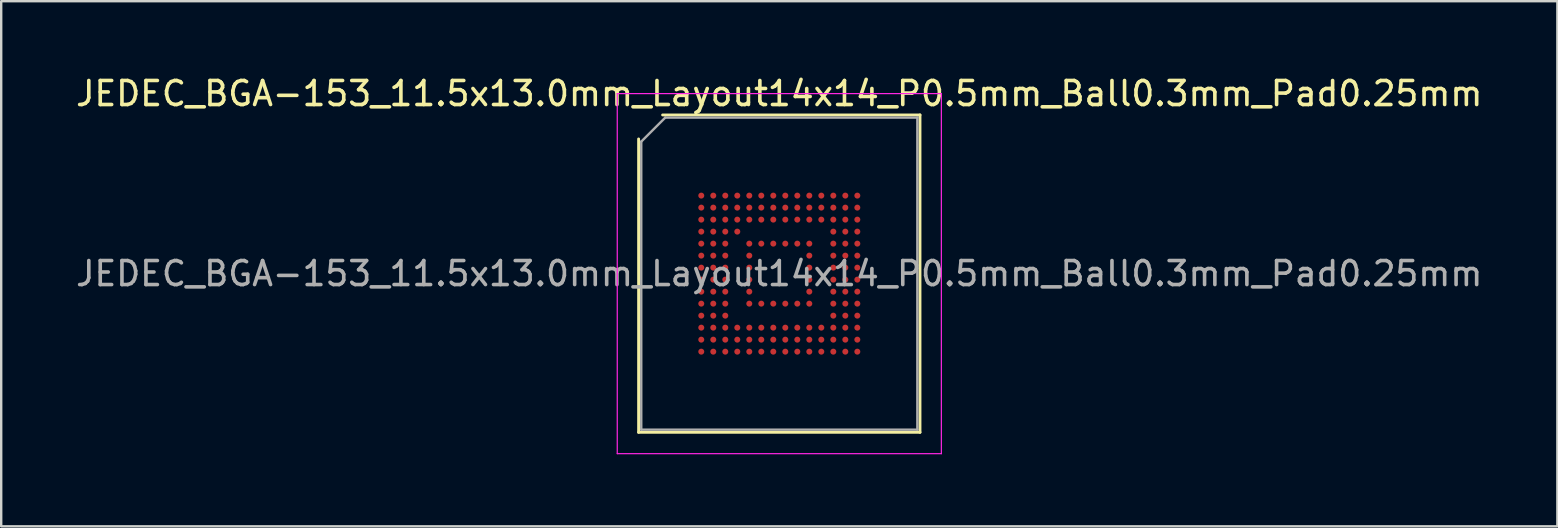
<source format=kicad_pcb>
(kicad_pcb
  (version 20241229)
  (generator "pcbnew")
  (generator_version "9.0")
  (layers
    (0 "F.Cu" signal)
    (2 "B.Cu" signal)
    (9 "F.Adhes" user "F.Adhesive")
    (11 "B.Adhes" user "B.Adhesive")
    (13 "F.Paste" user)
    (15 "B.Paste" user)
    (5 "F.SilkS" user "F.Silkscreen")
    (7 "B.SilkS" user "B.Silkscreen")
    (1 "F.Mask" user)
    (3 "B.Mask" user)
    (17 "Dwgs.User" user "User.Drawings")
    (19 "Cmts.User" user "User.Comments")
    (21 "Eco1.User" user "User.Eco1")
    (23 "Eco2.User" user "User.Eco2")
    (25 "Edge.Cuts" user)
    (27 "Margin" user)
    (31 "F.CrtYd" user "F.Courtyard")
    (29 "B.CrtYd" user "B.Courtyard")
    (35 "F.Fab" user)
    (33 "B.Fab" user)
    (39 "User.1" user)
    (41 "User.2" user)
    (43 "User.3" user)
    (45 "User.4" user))
  (footprint "JEDEC_BGA-153_11.5x13.0mm_Layout14x14_P0.5mm_Ball0.3mm_Pad0.25mm"
    (layer "F.Cu")
    (at 29.411 8.348)
    (property "Reference" "JEDEC_BGA-153_11.5x13.0mm_Layout14x14_P0.5mm_Ball0.3mm_Pad0.25mm" (at 0 -7.5 0) (layer "F.SilkS") (effects (font (size 1 1) (thickness 0.15))))
    (attr smd)
    (fp_line (start -5.86 6.61) (end -5.86 -5.61) (stroke (width 0.12) (type solid)) (layer "F.SilkS"))
    (fp_line (start -4.86 -6.61) (end 5.86 -6.61) (stroke (width 0.12) (type solid)) (layer "F.SilkS"))
    (fp_line (start 5.86 -6.61) (end 5.86 6.61) (stroke (width 0.12) (type solid)) (layer "F.SilkS"))
    (fp_line (start 5.86 6.61) (end -5.86 6.61) (stroke (width 0.12) (type solid)) (layer "F.SilkS"))
    (fp_line (start -6.75 -7.5) (end -6.75 7.5) (stroke (width 0.05) (type solid)) (layer "F.CrtYd"))
    (fp_line (start -6.75 7.5) (end 6.75 7.5) (stroke (width 0.05) (type solid)) (layer "F.CrtYd"))
    (fp_line (start 6.75 -7.5) (end -6.75 -7.5) (stroke (width 0.05) (type solid)) (layer "F.CrtYd"))
    (fp_line (start 6.75 7.5) (end 6.75 -7.5) (stroke (width 0.05) (type solid)) (layer "F.CrtYd"))
    (fp_line (start -5.75 -5.5) (end -4.75 -6.5) (stroke (width 0.1) (type solid)) (layer "F.Fab"))
    (fp_line (start -5.75 6.5) (end -5.75 -5.5) (stroke (width 0.1) (type solid)) (layer "F.Fab"))
    (fp_line (start -4.75 -6.5) (end 5.75 -6.5) (stroke (width 0.1) (type solid)) (layer "F.Fab"))
    (fp_line (start 5.75 -6.5) (end 5.75 6.5) (stroke (width 0.1) (type solid)) (layer "F.Fab"))
    (fp_line (start 5.75 6.5) (end -5.75 6.5) (stroke (width 0.1) (type solid)) (layer "F.Fab"))
    (fp_text user "${REFERENCE}" (at 0 0 0) (layer "F.Fab") (effects (font (size 1 1) (thickness 0.15))))
    (pad "A1" smd circle (at -3.25 -3.25) (size 0.25 0.25) (layers "F.Cu" "F.Mask" "F.Paste"))
    (pad "A2" smd circle (at -2.75 -3.25) (size 0.25 0.25) (layers "F.Cu" "F.Mask" "F.Paste"))
    (pad "A3" smd circle (at -2.25 -3.25) (size 0.25 0.25) (layers "F.Cu" "F.Mask" "F.Paste"))
    (pad "A4" smd circle (at -1.75 -3.25) (size 0.25 0.25) (layers "F.Cu" "F.Mask" "F.Paste"))
    (pad "A5" smd circle (at -1.25 -3.25) (size 0.25 0.25) (layers "F.Cu" "F.Mask" "F.Paste"))
    (pad "A6" smd circle (at -0.75 -3.25) (size 0.25 0.25) (layers "F.Cu" "F.Mask" "F.Paste"))
    (pad "A7" smd circle (at -0.25 -3.25) (size 0.25 0.25) (layers "F.Cu" "F.Mask" "F.Paste"))
    (pad "A8" smd circle (at 0.25 -3.25) (size 0.25 0.25) (layers "F.Cu" "F.Mask" "F.Paste"))
    (pad "A9" smd circle (at 0.75 -3.25) (size 0.25 0.25) (layers "F.Cu" "F.Mask" "F.Paste"))
    (pad "A10" smd circle (at 1.25 -3.25) (size 0.25 0.25) (layers "F.Cu" "F.Mask" "F.Paste"))
    (pad "A11" smd circle (at 1.75 -3.25) (size 0.25 0.25) (layers "F.Cu" "F.Mask" "F.Paste"))
    (pad "A12" smd circle (at 2.25 -3.25) (size 0.25 0.25) (layers "F.Cu" "F.Mask" "F.Paste"))
    (pad "A13" smd circle (at 2.75 -3.25) (size 0.25 0.25) (layers "F.Cu" "F.Mask" "F.Paste"))
    (pad "A14" smd circle (at 3.25 -3.25) (size 0.25 0.25) (layers "F.Cu" "F.Mask" "F.Paste"))
    (pad "B1" smd circle (at -3.25 -2.75) (size 0.25 0.25) (layers "F.Cu" "F.Mask" "F.Paste"))
    (pad "B2" smd circle (at -2.75 -2.75) (size 0.25 0.25) (layers "F.Cu" "F.Mask" "F.Paste"))
    (pad "B3" smd circle (at -2.25 -2.75) (size 0.25 0.25) (layers "F.Cu" "F.Mask" "F.Paste"))
    (pad "B4" smd circle (at -1.75 -2.75) (size 0.25 0.25) (layers "F.Cu" "F.Mask" "F.Paste"))
    (pad "B5" smd circle (at -1.25 -2.75) (size 0.25 0.25) (layers "F.Cu" "F.Mask" "F.Paste"))
    (pad "B6" smd circle (at -0.75 -2.75) (size 0.25 0.25) (layers "F.Cu" "F.Mask" "F.Paste"))
    (pad "B7" smd circle (at -0.25 -2.75) (size 0.25 0.25) (layers "F.Cu" "F.Mask" "F.Paste"))
    (pad "B8" smd circle (at 0.25 -2.75) (size 0.25 0.25) (layers "F.Cu" "F.Mask" "F.Paste"))
    (pad "B9" smd circle (at 0.75 -2.75) (size 0.25 0.25) (layers "F.Cu" "F.Mask" "F.Paste"))
    (pad "B10" smd circle (at 1.25 -2.75) (size 0.25 0.25) (layers "F.Cu" "F.Mask" "F.Paste"))
    (pad "B11" smd circle (at 1.75 -2.75) (size 0.25 0.25) (layers "F.Cu" "F.Mask" "F.Paste"))
    (pad "B12" smd circle (at 2.25 -2.75) (size 0.25 0.25) (layers "F.Cu" "F.Mask" "F.Paste"))
    (pad "B13" smd circle (at 2.75 -2.75) (size 0.25 0.25) (layers "F.Cu" "F.Mask" "F.Paste"))
    (pad "B14" smd circle (at 3.25 -2.75) (size 0.25 0.25) (layers "F.Cu" "F.Mask" "F.Paste"))
    (pad "C1" smd circle (at -3.25 -2.25) (size 0.25 0.25) (layers "F.Cu" "F.Mask" "F.Paste"))
    (pad "C2" smd circle (at -2.75 -2.25) (size 0.25 0.25) (layers "F.Cu" "F.Mask" "F.Paste"))
    (pad "C3" smd circle (at -2.25 -2.25) (size 0.25 0.25) (layers "F.Cu" "F.Mask" "F.Paste"))
    (pad "C4" smd circle (at -1.75 -2.25) (size 0.25 0.25) (layers "F.Cu" "F.Mask" "F.Paste"))
    (pad "C5" smd circle (at -1.25 -2.25) (size 0.25 0.25) (layers "F.Cu" "F.Mask" "F.Paste"))
    (pad "C6" smd circle (at -0.75 -2.25) (size 0.25 0.25) (layers "F.Cu" "F.Mask" "F.Paste"))
    (pad "C7" smd circle (at -0.25 -2.25) (size 0.25 0.25) (layers "F.Cu" "F.Mask" "F.Paste"))
    (pad "C8" smd circle (at 0.25 -2.25) (size 0.25 0.25) (layers "F.Cu" "F.Mask" "F.Paste"))
    (pad "C9" smd circle (at 0.75 -2.25) (size 0.25 0.25) (layers "F.Cu" "F.Mask" "F.Paste"))
    (pad "C10" smd circle (at 1.25 -2.25) (size 0.25 0.25) (layers "F.Cu" "F.Mask" "F.Paste"))
    (pad "C11" smd circle (at 1.75 -2.25) (size 0.25 0.25) (layers "F.Cu" "F.Mask" "F.Paste"))
    (pad "C12" smd circle (at 2.25 -2.25) (size 0.25 0.25) (layers "F.Cu" "F.Mask" "F.Paste"))
    (pad "C13" smd circle (at 2.75 -2.25) (size 0.25 0.25) (layers "F.Cu" "F.Mask" "F.Paste"))
    (pad "C14" smd circle (at 3.25 -2.25) (size 0.25 0.25) (layers "F.Cu" "F.Mask" "F.Paste"))
    (pad "D1" smd circle (at -3.25 -1.75) (size 0.25 0.25) (layers "F.Cu" "F.Mask" "F.Paste"))
    (pad "D2" smd circle (at -2.75 -1.75) (size 0.25 0.25) (layers "F.Cu" "F.Mask" "F.Paste"))
    (pad "D3" smd circle (at -2.25 -1.75) (size 0.25 0.25) (layers "F.Cu" "F.Mask" "F.Paste"))
    (pad "D4" smd circle (at -1.75 -1.75) (size 0.25 0.25) (layers "F.Cu" "F.Mask" "F.Paste"))
    (pad "D12" smd circle (at 2.25 -1.75) (size 0.25 0.25) (layers "F.Cu" "F.Mask" "F.Paste"))
    (pad "D13" smd circle (at 2.75 -1.75) (size 0.25 0.25) (layers "F.Cu" "F.Mask" "F.Paste"))
    (pad "D14" smd circle (at 3.25 -1.75) (size 0.25 0.25) (layers "F.Cu" "F.Mask" "F.Paste"))
    (pad "E1" smd circle (at -3.25 -1.25) (size 0.25 0.25) (layers "F.Cu" "F.Mask" "F.Paste"))
    (pad "E2" smd circle (at -2.75 -1.25) (size 0.25 0.25) (layers "F.Cu" "F.Mask" "F.Paste"))
    (pad "E3" smd circle (at -2.25 -1.25) (size 0.25 0.25) (layers "F.Cu" "F.Mask" "F.Paste"))
    (pad "E5" smd circle (at -1.25 -1.25) (size 0.25 0.25) (layers "F.Cu" "F.Mask" "F.Paste"))
    (pad "E6" smd circle (at -0.75 -1.25) (size 0.25 0.25) (layers "F.Cu" "F.Mask" "F.Paste"))
    (pad "E7" smd circle (at -0.25 -1.25) (size 0.25 0.25) (layers "F.Cu" "F.Mask" "F.Paste"))
    (pad "E8" smd circle (at 0.25 -1.25) (size 0.25 0.25) (layers "F.Cu" "F.Mask" "F.Paste"))
    (pad "E9" smd circle (at 0.75 -1.25) (size 0.25 0.25) (layers "F.Cu" "F.Mask" "F.Paste"))
    (pad "E10" smd circle (at 1.25 -1.25) (size 0.25 0.25) (layers "F.Cu" "F.Mask" "F.Paste"))
    (pad "E12" smd circle (at 2.25 -1.25) (size 0.25 0.25) (layers "F.Cu" "F.Mask" "F.Paste"))
    (pad "E13" smd circle (at 2.75 -1.25) (size 0.25 0.25) (layers "F.Cu" "F.Mask" "F.Paste"))
    (pad "E14" smd circle (at 3.25 -1.25) (size 0.25 0.25) (layers "F.Cu" "F.Mask" "F.Paste"))
    (pad "F1" smd circle (at -3.25 -0.75) (size 0.25 0.25) (layers "F.Cu" "F.Mask" "F.Paste"))
    (pad "F2" smd circle (at -2.75 -0.75) (size 0.25 0.25) (layers "F.Cu" "F.Mask" "F.Paste"))
    (pad "F3" smd circle (at -2.25 -0.75) (size 0.25 0.25) (layers "F.Cu" "F.Mask" "F.Paste"))
    (pad "F5" smd circle (at -1.25 -0.75) (size 0.25 0.25) (layers "F.Cu" "F.Mask" "F.Paste"))
    (pad "F10" smd circle (at 1.25 -0.75) (size 0.25 0.25) (layers "F.Cu" "F.Mask" "F.Paste"))
    (pad "F12" smd circle (at 2.25 -0.75) (size 0.25 0.25) (layers "F.Cu" "F.Mask" "F.Paste"))
    (pad "F13" smd circle (at 2.75 -0.75) (size 0.25 0.25) (layers "F.Cu" "F.Mask" "F.Paste"))
    (pad "F14" smd circle (at 3.25 -0.75) (size 0.25 0.25) (layers "F.Cu" "F.Mask" "F.Paste"))
    (pad "G1" smd circle (at -3.25 -0.25) (size 0.25 0.25) (layers "F.Cu" "F.Mask" "F.Paste"))
    (pad "G2" smd circle (at -2.75 -0.25) (size 0.25 0.25) (layers "F.Cu" "F.Mask" "F.Paste"))
    (pad "G3" smd circle (at -2.25 -0.25) (size 0.25 0.25) (layers "F.Cu" "F.Mask" "F.Paste"))
    (pad "G5" smd circle (at -1.25 -0.25) (size 0.25 0.25) (layers "F.Cu" "F.Mask" "F.Paste"))
    (pad "G10" smd circle (at 1.25 -0.25) (size 0.25 0.25) (layers "F.Cu" "F.Mask" "F.Paste"))
    (pad "G12" smd circle (at 2.25 -0.25) (size 0.25 0.25) (layers "F.Cu" "F.Mask" "F.Paste"))
    (pad "G13" smd circle (at 2.75 -0.25) (size 0.25 0.25) (layers "F.Cu" "F.Mask" "F.Paste"))
    (pad "G14" smd circle (at 3.25 -0.25) (size 0.25 0.25) (layers "F.Cu" "F.Mask" "F.Paste"))
    (pad "H1" smd circle (at -3.25 0.25) (size 0.25 0.25) (layers "F.Cu" "F.Mask" "F.Paste"))
    (pad "H2" smd circle (at -2.75 0.25) (size 0.25 0.25) (layers "F.Cu" "F.Mask" "F.Paste"))
    (pad "H3" smd circle (at -2.25 0.25) (size 0.25 0.25) (layers "F.Cu" "F.Mask" "F.Paste"))
    (pad "H5" smd circle (at -1.25 0.25) (size 0.25 0.25) (layers "F.Cu" "F.Mask" "F.Paste"))
    (pad "H10" smd circle (at 1.25 0.25) (size 0.25 0.25) (layers "F.Cu" "F.Mask" "F.Paste"))
    (pad "H12" smd circle (at 2.25 0.25) (size 0.25 0.25) (layers "F.Cu" "F.Mask" "F.Paste"))
    (pad "H13" smd circle (at 2.75 0.25) (size 0.25 0.25) (layers "F.Cu" "F.Mask" "F.Paste"))
    (pad "H14" smd circle (at 3.25 0.25) (size 0.25 0.25) (layers "F.Cu" "F.Mask" "F.Paste"))
    (pad "J1" smd circle (at -3.25 0.75) (size 0.25 0.25) (layers "F.Cu" "F.Mask" "F.Paste"))
    (pad "J2" smd circle (at -2.75 0.75) (size 0.25 0.25) (layers "F.Cu" "F.Mask" "F.Paste"))
    (pad "J3" smd circle (at -2.25 0.75) (size 0.25 0.25) (layers "F.Cu" "F.Mask" "F.Paste"))
    (pad "J5" smd circle (at -1.25 0.75) (size 0.25 0.25) (layers "F.Cu" "F.Mask" "F.Paste"))
    (pad "J10" smd circle (at 1.25 0.75) (size 0.25 0.25) (layers "F.Cu" "F.Mask" "F.Paste"))
    (pad "J12" smd circle (at 2.25 0.75) (size 0.25 0.25) (layers "F.Cu" "F.Mask" "F.Paste"))
    (pad "J13" smd circle (at 2.75 0.75) (size 0.25 0.25) (layers "F.Cu" "F.Mask" "F.Paste"))
    (pad "J14" smd circle (at 3.25 0.75) (size 0.25 0.25) (layers "F.Cu" "F.Mask" "F.Paste"))
    (pad "K1" smd circle (at -3.25 1.25) (size 0.25 0.25) (layers "F.Cu" "F.Mask" "F.Paste"))
    (pad "K2" smd circle (at -2.75 1.25) (size 0.25 0.25) (layers "F.Cu" "F.Mask" "F.Paste"))
    (pad "K3" smd circle (at -2.25 1.25) (size 0.25 0.25) (layers "F.Cu" "F.Mask" "F.Paste"))
    (pad "K5" smd circle (at -1.25 1.25) (size 0.25 0.25) (layers "F.Cu" "F.Mask" "F.Paste"))
    (pad "K6" smd circle (at -0.75 1.25) (size 0.25 0.25) (layers "F.Cu" "F.Mask" "F.Paste"))
    (pad "K7" smd circle (at -0.25 1.25) (size 0.25 0.25) (layers "F.Cu" "F.Mask" "F.Paste"))
    (pad "K8" smd circle (at 0.25 1.25) (size 0.25 0.25) (layers "F.Cu" "F.Mask" "F.Paste"))
    (pad "K9" smd circle (at 0.75 1.25) (size 0.25 0.25) (layers "F.Cu" "F.Mask" "F.Paste"))
    (pad "K10" smd circle (at 1.25 1.25) (size 0.25 0.25) (layers "F.Cu" "F.Mask" "F.Paste"))
    (pad "K12" smd circle (at 2.25 1.25) (size 0.25 0.25) (layers "F.Cu" "F.Mask" "F.Paste"))
    (pad "K13" smd circle (at 2.75 1.25) (size 0.25 0.25) (layers "F.Cu" "F.Mask" "F.Paste"))
    (pad "K14" smd circle (at 3.25 1.25) (size 0.25 0.25) (layers "F.Cu" "F.Mask" "F.Paste"))
    (pad "L1" smd circle (at -3.25 1.75) (size 0.25 0.25) (layers "F.Cu" "F.Mask" "F.Paste"))
    (pad "L2" smd circle (at -2.75 1.75) (size 0.25 0.25) (layers "F.Cu" "F.Mask" "F.Paste"))
    (pad "L3" smd circle (at -2.25 1.75) (size 0.25 0.25) (layers "F.Cu" "F.Mask" "F.Paste"))
    (pad "L12" smd circle (at 2.25 1.75) (size 0.25 0.25) (layers "F.Cu" "F.Mask" "F.Paste"))
    (pad "L13" smd circle (at 2.75 1.75) (size 0.25 0.25) (layers "F.Cu" "F.Mask" "F.Paste"))
    (pad "L14" smd circle (at 3.25 1.75) (size 0.25 0.25) (layers "F.Cu" "F.Mask" "F.Paste"))
    (pad "M1" smd circle (at -3.25 2.25) (size 0.25 0.25) (layers "F.Cu" "F.Mask" "F.Paste"))
    (pad "M2" smd circle (at -2.75 2.25) (size 0.25 0.25) (layers "F.Cu" "F.Mask" "F.Paste"))
    (pad "M3" smd circle (at -2.25 2.25) (size 0.25 0.25) (layers "F.Cu" "F.Mask" "F.Paste"))
    (pad "M4" smd circle (at -1.75 2.25) (size 0.25 0.25) (layers "F.Cu" "F.Mask" "F.Paste"))
    (pad "M5" smd circle (at -1.25 2.25) (size 0.25 0.25) (layers "F.Cu" "F.Mask" "F.Paste"))
    (pad "M6" smd circle (at -0.75 2.25) (size 0.25 0.25) (layers "F.Cu" "F.Mask" "F.Paste"))
    (pad "M7" smd circle (at -0.25 2.25) (size 0.25 0.25) (layers "F.Cu" "F.Mask" "F.Paste"))
    (pad "M8" smd circle (at 0.25 2.25) (size 0.25 0.25) (layers "F.Cu" "F.Mask" "F.Paste"))
    (pad "M9" smd circle (at 0.75 2.25) (size 0.25 0.25) (layers "F.Cu" "F.Mask" "F.Paste"))
    (pad "M10" smd circle (at 1.25 2.25) (size 0.25 0.25) (layers "F.Cu" "F.Mask" "F.Paste"))
    (pad "M11" smd circle (at 1.75 2.25) (size 0.25 0.25) (layers "F.Cu" "F.Mask" "F.Paste"))
    (pad "M12" smd circle (at 2.25 2.25) (size 0.25 0.25) (layers "F.Cu" "F.Mask" "F.Paste"))
    (pad "M13" smd circle (at 2.75 2.25) (size 0.25 0.25) (layers "F.Cu" "F.Mask" "F.Paste"))
    (pad "M14" smd circle (at 3.25 2.25) (size 0.25 0.25) (layers "F.Cu" "F.Mask" "F.Paste"))
    (pad "N1" smd circle (at -3.25 2.75) (size 0.25 0.25) (layers "F.Cu" "F.Mask" "F.Paste"))
    (pad "N2" smd circle (at -2.75 2.75) (size 0.25 0.25) (layers "F.Cu" "F.Mask" "F.Paste"))
    (pad "N3" smd circle (at -2.25 2.75) (size 0.25 0.25) (layers "F.Cu" "F.Mask" "F.Paste"))
    (pad "N4" smd circle (at -1.75 2.75) (size 0.25 0.25) (layers "F.Cu" "F.Mask" "F.Paste"))
    (pad "N5" smd circle (at -1.25 2.75) (size 0.25 0.25) (layers "F.Cu" "F.Mask" "F.Paste"))
    (pad "N6" smd circle (at -0.75 2.75) (size 0.25 0.25) (layers "F.Cu" "F.Mask" "F.Paste"))
    (pad "N7" smd circle (at -0.25 2.75) (size 0.25 0.25) (layers "F.Cu" "F.Mask" "F.Paste"))
    (pad "N8" smd circle (at 0.25 2.75) (size 0.25 0.25) (layers "F.Cu" "F.Mask" "F.Paste"))
    (pad "N9" smd circle (at 0.75 2.75) (size 0.25 0.25) (layers "F.Cu" "F.Mask" "F.Paste"))
    (pad "N10" smd circle (at 1.25 2.75) (size 0.25 0.25) (layers "F.Cu" "F.Mask" "F.Paste"))
    (pad "N11" smd circle (at 1.75 2.75) (size 0.25 0.25) (layers "F.Cu" "F.Mask" "F.Paste"))
    (pad "N12" smd circle (at 2.25 2.75) (size 0.25 0.25) (layers "F.Cu" "F.Mask" "F.Paste"))
    (pad "N13" smd circle (at 2.75 2.75) (size 0.25 0.25) (layers "F.Cu" "F.Mask" "F.Paste"))
    (pad "N14" smd circle (at 3.25 2.75) (size 0.25 0.25) (layers "F.Cu" "F.Mask" "F.Paste"))
    (pad "P1" smd circle (at -3.25 3.25) (size 0.25 0.25) (layers "F.Cu" "F.Mask" "F.Paste"))
    (pad "P2" smd circle (at -2.75 3.25) (size 0.25 0.25) (layers "F.Cu" "F.Mask" "F.Paste"))
    (pad "P3" smd circle (at -2.25 3.25) (size 0.25 0.25) (layers "F.Cu" "F.Mask" "F.Paste"))
    (pad "P4" smd circle (at -1.75 3.25) (size 0.25 0.25) (layers "F.Cu" "F.Mask" "F.Paste"))
    (pad "P5" smd circle (at -1.25 3.25) (size 0.25 0.25) (layers "F.Cu" "F.Mask" "F.Paste"))
    (pad "P6" smd circle (at -0.75 3.25) (size 0.25 0.25) (layers "F.Cu" "F.Mask" "F.Paste"))
    (pad "P7" smd circle (at -0.25 3.25) (size 0.25 0.25) (layers "F.Cu" "F.Mask" "F.Paste"))
    (pad "P8" smd circle (at 0.25 3.25) (size 0.25 0.25) (layers "F.Cu" "F.Mask" "F.Paste"))
    (pad "P9" smd circle (at 0.75 3.25) (size 0.25 0.25) (layers "F.Cu" "F.Mask" "F.Paste"))
    (pad "P10" smd circle (at 1.25 3.25) (size 0.25 0.25) (layers "F.Cu" "F.Mask" "F.Paste"))
    (pad "P11" smd circle (at 1.75 3.25) (size 0.25 0.25) (layers "F.Cu" "F.Mask" "F.Paste"))
    (pad "P12" smd circle (at 2.25 3.25) (size 0.25 0.25) (layers "F.Cu" "F.Mask" "F.Paste"))
    (pad "P13" smd circle (at 2.75 3.25) (size 0.25 0.25) (layers "F.Cu" "F.Mask" "F.Paste"))
    (pad "P14" smd circle (at 3.25 3.25) (size 0.25 0.25) (layers "F.Cu" "F.Mask" "F.Paste")))
  (gr_rect
    (start -3 -3)
    (end 61.821 18.873)
    (stroke (width 0.1) (type default))
    (fill no)
    (layer "Edge.Cuts")))
</source>
